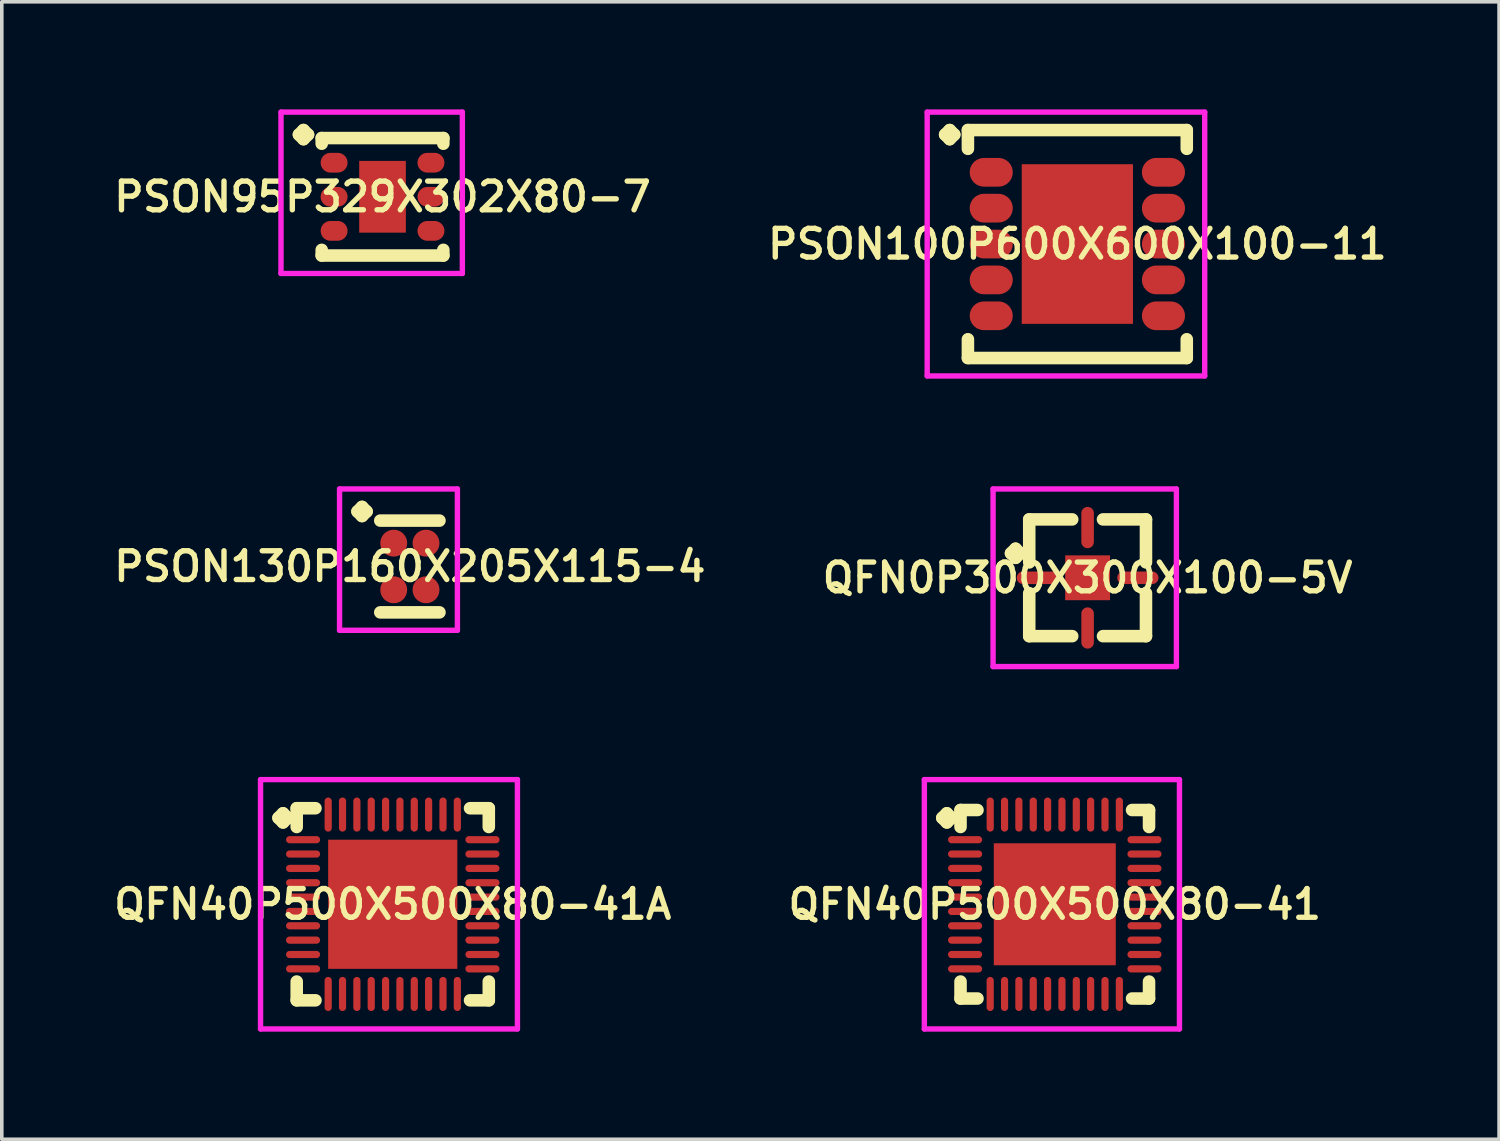
<source format=kicad_pcb>
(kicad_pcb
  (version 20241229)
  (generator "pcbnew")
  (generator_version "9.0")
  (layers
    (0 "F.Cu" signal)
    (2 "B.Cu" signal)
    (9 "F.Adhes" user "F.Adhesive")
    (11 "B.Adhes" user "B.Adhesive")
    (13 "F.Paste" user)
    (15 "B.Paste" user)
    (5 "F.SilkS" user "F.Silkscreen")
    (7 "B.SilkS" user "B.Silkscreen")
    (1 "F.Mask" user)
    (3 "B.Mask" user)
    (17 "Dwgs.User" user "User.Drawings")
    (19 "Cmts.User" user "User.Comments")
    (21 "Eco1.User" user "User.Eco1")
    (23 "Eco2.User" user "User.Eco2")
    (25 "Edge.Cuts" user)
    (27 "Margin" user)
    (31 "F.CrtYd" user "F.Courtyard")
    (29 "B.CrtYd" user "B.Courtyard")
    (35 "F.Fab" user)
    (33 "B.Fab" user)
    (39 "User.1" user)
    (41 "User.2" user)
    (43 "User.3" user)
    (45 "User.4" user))
  (footprint "PSON95P329X302X80-7"
    (layer "F.Cu")
    (at 7.612 2.435)
    (property "Reference" "PSON95P329X302X80-7" (at 0 0 0) (layer "F.SilkS") (effects (font (size 0.8 0.8) (thickness 0.15))))
    (attr smd)
    (fp_line (start -2.33 -1.733) (end -2.203 -1.86) (stroke (width 0.35) (type solid)) (layer "F.SilkS"))
    (fp_line (start -2.203 -1.86) (end -2.076 -1.733) (stroke (width 0.35) (type solid)) (layer "F.SilkS"))
    (fp_line (start -2.203 -1.606) (end -2.33 -1.733) (stroke (width 0.35) (type solid)) (layer "F.SilkS"))
    (fp_line (start -2.076 -1.733) (end -2.203 -1.606) (stroke (width 0.35) (type solid)) (layer "F.SilkS"))
    (fp_line (start -1.695 -1.637) (end 1.695 -1.637) (stroke (width 0.35) (type solid)) (layer "F.SilkS"))
    (fp_line (start -1.695 -1.479) (end -1.695 -1.637) (stroke (width 0.35) (type solid)) (layer "F.SilkS"))
    (fp_line (start -1.695 1.479) (end -1.695 1.637) (stroke (width 0.35) (type solid)) (layer "F.SilkS"))
    (fp_line (start -1.695 1.637) (end 1.695 1.637) (stroke (width 0.35) (type solid)) (layer "F.SilkS"))
    (fp_line (start 1.695 -1.637) (end 1.695 -1.479) (stroke (width 0.35) (type solid)) (layer "F.SilkS"))
    (fp_line (start 1.695 1.637) (end 1.695 1.479) (stroke (width 0.35) (type solid)) (layer "F.SilkS"))
    (fp_line (start -2.83 -2.36) (end 2.225 -2.36) (stroke (width 0.15) (type solid)) (layer "F.CrtYd"))
    (fp_line (start -2.83 2.137) (end -2.83 -2.36) (stroke (width 0.15) (type solid)) (layer "F.CrtYd"))
    (fp_line (start 2.225 -2.36) (end 2.225 2.137) (stroke (width 0.15) (type solid)) (layer "F.CrtYd"))
    (fp_line (start 2.225 2.137) (end -2.83 2.137) (stroke (width 0.15) (type solid)) (layer "F.CrtYd"))
    (pad "1" smd oval (at -1.35 -0.95) (size 0.75 0.55) (layers "F.Cu" "F.Mask" "F.Paste"))
    (pad "2" smd oval (at -1.35 0) (size 0.75 0.55) (layers "F.Cu" "F.Mask" "F.Paste"))
    (pad "3" smd oval (at -1.35 0.95) (size 0.75 0.55) (layers "F.Cu" "F.Mask" "F.Paste"))
    (pad "4" smd oval (at 1.35 0.95) (size 0.75 0.55) (layers "F.Cu" "F.Mask" "F.Paste"))
    (pad "5" smd oval (at 1.35 0) (size 0.75 0.55) (layers "F.Cu" "F.Mask" "F.Paste"))
    (pad "6" smd oval (at 1.35 -0.95) (size 0.75 0.55) (layers "F.Cu" "F.Mask" "F.Paste"))
    (pad "7" smd rect (at 0 0) (size 1.3 2) (layers "F.Cu" "F.Mask" "F.Paste")))
  (footprint "PSON130P160X205X115-4"
    (layer "F.Cu")
    (at 8.374 12.739)
    (property "Reference" "PSON130P160X205X115-4" (at 0 0 0) (layer "F.SilkS") (effects (font (size 0.8 0.8) (thickness 0.15))))
    (attr smd)
    (fp_line (start -1.46 -1.533) (end -1.333 -1.66) (stroke (width 0.35) (type solid)) (layer "F.SilkS"))
    (fp_line (start -1.333 -1.66) (end -1.206 -1.533) (stroke (width 0.35) (type solid)) (layer "F.SilkS"))
    (fp_line (start -1.333 -1.406) (end -1.46 -1.533) (stroke (width 0.35) (type solid)) (layer "F.SilkS"))
    (fp_line (start -1.206 -1.533) (end -1.333 -1.406) (stroke (width 0.35) (type solid)) (layer "F.SilkS"))
    (fp_line (start -0.825 -1.279) (end 0.825 -1.279) (stroke (width 0.35) (type solid)) (layer "F.SilkS"))
    (fp_line (start -0.825 1.279) (end 0.825 1.279) (stroke (width 0.35) (type solid)) (layer "F.SilkS"))
    (fp_line (start -1.96 -2.16) (end 1.325 -2.16) (stroke (width 0.15) (type solid)) (layer "F.CrtYd"))
    (fp_line (start -1.96 1.779) (end -1.96 -2.16) (stroke (width 0.15) (type solid)) (layer "F.CrtYd"))
    (fp_line (start 1.325 -2.16) (end 1.325 1.779) (stroke (width 0.15) (type solid)) (layer "F.CrtYd"))
    (fp_line (start 1.325 1.779) (end -1.96 1.779) (stroke (width 0.15) (type solid)) (layer "F.CrtYd"))
    (pad "1" smd oval (at -0.45 -0.65) (size 0.75 0.75) (layers "F.Cu" "F.Mask" "F.Paste"))
    (pad "2" smd oval (at -0.45 0.65) (size 0.75 0.75) (layers "F.Cu" "F.Mask" "F.Paste"))
    (pad "3" smd oval (at 0.45 0.65) (size 0.75 0.75) (layers "F.Cu" "F.Mask" "F.Paste"))
    (pad "4" smd oval (at 0.45 -0.65) (size 0.75 0.75) (layers "F.Cu" "F.Mask" "F.Paste")))
  (footprint "PSON100P600X600X100-11"
    (layer "F.Cu")
    (at 26.978 3.752)
    (property "Reference" "PSON100P600X600X100-11" (at 0 0 0) (layer "F.SilkS") (effects (font (size 0.8 0.8) (thickness 0.15))))
    (attr smd)
    (fp_line (start -3.685 -3.05) (end -3.558 -3.177) (stroke (width 0.35) (type solid)) (layer "F.SilkS"))
    (fp_line (start -3.558 -3.177) (end -3.431 -3.05) (stroke (width 0.35) (type solid)) (layer "F.SilkS"))
    (fp_line (start -3.558 -2.923) (end -3.685 -3.05) (stroke (width 0.35) (type solid)) (layer "F.SilkS"))
    (fp_line (start -3.431 -3.05) (end -3.558 -2.923) (stroke (width 0.35) (type solid)) (layer "F.SilkS"))
    (fp_line (start -3.05 -3.177) (end 3.05 -3.177) (stroke (width 0.35) (type solid)) (layer "F.SilkS"))
    (fp_line (start -3.05 -2.654) (end -3.05 -3.177) (stroke (width 0.35) (type solid)) (layer "F.SilkS"))
    (fp_line (start -3.05 2.654) (end -3.05 3.177) (stroke (width 0.35) (type solid)) (layer "F.SilkS"))
    (fp_line (start -3.05 3.177) (end 3.05 3.177) (stroke (width 0.35) (type solid)) (layer "F.SilkS"))
    (fp_line (start 3.05 -3.177) (end 3.05 -2.654) (stroke (width 0.35) (type solid)) (layer "F.SilkS"))
    (fp_line (start 3.05 3.177) (end 3.05 2.654) (stroke (width 0.35) (type solid)) (layer "F.SilkS"))
    (fp_line (start -4.185 -3.677) (end 3.55 -3.677) (stroke (width 0.15) (type solid)) (layer "F.CrtYd"))
    (fp_line (start -4.185 3.677) (end -4.185 -3.677) (stroke (width 0.15) (type solid)) (layer "F.CrtYd"))
    (fp_line (start 3.55 -3.677) (end 3.55 3.677) (stroke (width 0.15) (type solid)) (layer "F.CrtYd"))
    (fp_line (start 3.55 3.677) (end -4.185 3.677) (stroke (width 0.15) (type solid)) (layer "F.CrtYd"))
    (pad "1" smd oval (at -2.4 -2) (size 1.2 0.8) (layers "F.Cu" "F.Mask" "F.Paste"))
    (pad "2" smd oval (at -2.4 -1) (size 1.2 0.8) (layers "F.Cu" "F.Mask" "F.Paste"))
    (pad "3" smd oval (at -2.4 0) (size 1.2 0.8) (layers "F.Cu" "F.Mask" "F.Paste"))
    (pad "4" smd oval (at -2.4 1) (size 1.2 0.8) (layers "F.Cu" "F.Mask" "F.Paste"))
    (pad "5" smd oval (at -2.4 2) (size 1.2 0.8) (layers "F.Cu" "F.Mask" "F.Paste"))
    (pad "6" smd oval (at 2.4 2) (size 1.2 0.8) (layers "F.Cu" "F.Mask" "F.Paste"))
    (pad "7" smd oval (at 2.4 1) (size 1.2 0.8) (layers "F.Cu" "F.Mask" "F.Paste"))
    (pad "8" smd oval (at 2.4 0) (size 1.2 0.8) (layers "F.Cu" "F.Mask" "F.Paste"))
    (pad "9" smd oval (at 2.4 -1) (size 1.2 0.8) (layers "F.Cu" "F.Mask" "F.Paste"))
    (pad "10" smd oval (at 2.4 -2) (size 1.2 0.8) (layers "F.Cu" "F.Mask" "F.Paste"))
    (pad "11" smd rect (at 0 0) (size 3.1 4.45) (layers "F.Cu" "F.Mask" "F.Paste")))
  (footprint "QFN0P300X300X100-5V"
    (layer "F.Cu")
    (at 27.264 13.054)
    (property "Reference" "QFN0P300X300X100-5V" (at 0 0 0) (layer "F.SilkS") (effects (font (size 0.8 0.8) (thickness 0.15))))
    (attr smd)
    (fp_line (start -2.135 -0.683) (end -2.008 -0.81) (stroke (width 0.35) (type solid)) (layer "F.SilkS"))
    (fp_line (start -2.008 -0.81) (end -1.881 -0.683) (stroke (width 0.35) (type solid)) (layer "F.SilkS"))
    (fp_line (start -2.008 -0.556) (end -2.135 -0.683) (stroke (width 0.35) (type solid)) (layer "F.SilkS"))
    (fp_line (start -1.881 -0.683) (end -2.008 -0.556) (stroke (width 0.35) (type solid)) (layer "F.SilkS"))
    (fp_line (start -1.627 -1.627) (end -0.429 -1.627) (stroke (width 0.35) (type solid)) (layer "F.SilkS"))
    (fp_line (start -1.627 -0.429) (end -1.627 -1.627) (stroke (width 0.35) (type solid)) (layer "F.SilkS"))
    (fp_line (start -1.627 0.429) (end -1.627 1.627) (stroke (width 0.35) (type solid)) (layer "F.SilkS"))
    (fp_line (start -1.627 1.627) (end -0.429 1.627) (stroke (width 0.35) (type solid)) (layer "F.SilkS"))
    (fp_line (start 0.429 -1.627) (end 1.627 -1.627) (stroke (width 0.35) (type solid)) (layer "F.SilkS"))
    (fp_line (start 0.429 1.627) (end 1.627 1.627) (stroke (width 0.35) (type solid)) (layer "F.SilkS"))
    (fp_line (start 1.627 -1.627) (end 1.627 -0.429) (stroke (width 0.35) (type solid)) (layer "F.SilkS"))
    (fp_line (start 1.627 1.627) (end 1.627 0.429) (stroke (width 0.35) (type solid)) (layer "F.SilkS"))
    (fp_line (start -2.635 -2.475) (end 2.475 -2.475) (stroke (width 0.15) (type solid)) (layer "F.CrtYd"))
    (fp_line (start -2.635 2.475) (end -2.635 -2.475) (stroke (width 0.15) (type solid)) (layer "F.CrtYd"))
    (fp_line (start 2.475 -2.475) (end 2.475 2.475) (stroke (width 0.15) (type solid)) (layer "F.CrtYd"))
    (fp_line (start 2.475 2.475) (end -2.635 2.475) (stroke (width 0.15) (type solid)) (layer "F.CrtYd"))
    (pad "1" smd oval (at -1.4 0) (size 1.15 0.35) (layers "F.Cu" "F.Mask" "F.Paste"))
    (pad "2" smd oval (at 0 1.4) (size 0.35 1.15) (layers "F.Cu" "F.Mask" "F.Paste"))
    (pad "3" smd oval (at 1.4 0) (size 1.15 0.35) (layers "F.Cu" "F.Mask" "F.Paste"))
    (pad "4" smd oval (at 0 -1.4) (size 0.35 1.15) (layers "F.Cu" "F.Mask" "F.Paste"))
    (pad "5" smd rect (at 0 0) (size 1.25 1.25) (layers "F.Cu" "F.Mask" "F.Paste")))
  (footprint "QFN40P500X500X80-41"
    (layer "F.Cu")
    (at 26.349 22.154)
    (property "Reference" "QFN40P500X500X80-41" (at 0 0 0) (layer "F.SilkS") (effects (font (size 0.8 0.8) (thickness 0.15))))
    (attr smd)
    (fp_line (start -3.135 -2.408) (end -3.008 -2.535) (stroke (width 0.35) (type solid)) (layer "F.SilkS"))
    (fp_line (start -3.008 -2.535) (end -2.881 -2.408) (stroke (width 0.35) (type solid)) (layer "F.SilkS"))
    (fp_line (start -3.008 -2.281) (end -3.135 -2.408) (stroke (width 0.35) (type solid)) (layer "F.SilkS"))
    (fp_line (start -2.881 -2.408) (end -3.008 -2.281) (stroke (width 0.35) (type solid)) (layer "F.SilkS"))
    (fp_line (start -2.627 -2.627) (end -2.154 -2.627) (stroke (width 0.35) (type solid)) (layer "F.SilkS"))
    (fp_line (start -2.627 -2.154) (end -2.627 -2.627) (stroke (width 0.35) (type solid)) (layer "F.SilkS"))
    (fp_line (start -2.627 2.154) (end -2.627 2.627) (stroke (width 0.35) (type solid)) (layer "F.SilkS"))
    (fp_line (start -2.627 2.627) (end -2.154 2.627) (stroke (width 0.35) (type solid)) (layer "F.SilkS"))
    (fp_line (start 2.154 -2.627) (end 2.627 -2.627) (stroke (width 0.35) (type solid)) (layer "F.SilkS"))
    (fp_line (start 2.154 2.627) (end 2.627 2.627) (stroke (width 0.35) (type solid)) (layer "F.SilkS"))
    (fp_line (start 2.627 -2.627) (end 2.627 -2.154) (stroke (width 0.35) (type solid)) (layer "F.SilkS"))
    (fp_line (start 2.627 2.627) (end 2.627 2.154) (stroke (width 0.35) (type solid)) (layer "F.SilkS"))
    (fp_line (start -3.635 -3.475) (end 3.475 -3.475) (stroke (width 0.15) (type solid)) (layer "F.CrtYd"))
    (fp_line (start -3.635 3.475) (end -3.635 -3.475) (stroke (width 0.15) (type solid)) (layer "F.CrtYd"))
    (fp_line (start 3.475 -3.475) (end 3.475 3.475) (stroke (width 0.15) (type solid)) (layer "F.CrtYd"))
    (fp_line (start 3.475 3.475) (end -3.635 3.475) (stroke (width 0.15) (type solid)) (layer "F.CrtYd"))
    (pad "1" smd oval (at -2.5 -1.8) (size 0.95 0.2) (layers "F.Cu" "F.Mask" "F.Paste"))
    (pad "2" smd oval (at -2.5 -1.4) (size 0.95 0.2) (layers "F.Cu" "F.Mask" "F.Paste"))
    (pad "3" smd oval (at -2.5 -1) (size 0.95 0.2) (layers "F.Cu" "F.Mask" "F.Paste"))
    (pad "4" smd oval (at -2.5 -0.6) (size 0.95 0.2) (layers "F.Cu" "F.Mask" "F.Paste"))
    (pad "5" smd oval (at -2.5 -0.2) (size 0.95 0.2) (layers "F.Cu" "F.Mask" "F.Paste"))
    (pad "6" smd oval (at -2.5 0.2) (size 0.95 0.2) (layers "F.Cu" "F.Mask" "F.Paste"))
    (pad "7" smd oval (at -2.5 0.6) (size 0.95 0.2) (layers "F.Cu" "F.Mask" "F.Paste"))
    (pad "8" smd oval (at -2.5 1) (size 0.95 0.2) (layers "F.Cu" "F.Mask" "F.Paste"))
    (pad "9" smd oval (at -2.5 1.4) (size 0.95 0.2) (layers "F.Cu" "F.Mask" "F.Paste"))
    (pad "10" smd oval (at -2.5 1.8) (size 0.95 0.2) (layers "F.Cu" "F.Mask" "F.Paste"))
    (pad "11" smd oval (at -1.8 2.5) (size 0.2 0.95) (layers "F.Cu" "F.Mask" "F.Paste"))
    (pad "12" smd oval (at -1.4 2.5) (size 0.2 0.95) (layers "F.Cu" "F.Mask" "F.Paste"))
    (pad "13" smd oval (at -1 2.5) (size 0.2 0.95) (layers "F.Cu" "F.Mask" "F.Paste"))
    (pad "14" smd oval (at -0.6 2.5) (size 0.2 0.95) (layers "F.Cu" "F.Mask" "F.Paste"))
    (pad "15" smd oval (at -0.2 2.5) (size 0.2 0.95) (layers "F.Cu" "F.Mask" "F.Paste"))
    (pad "16" smd oval (at 0.2 2.5) (size 0.2 0.95) (layers "F.Cu" "F.Mask" "F.Paste"))
    (pad "17" smd oval (at 0.6 2.5) (size 0.2 0.95) (layers "F.Cu" "F.Mask" "F.Paste"))
    (pad "18" smd oval (at 1 2.5) (size 0.2 0.95) (layers "F.Cu" "F.Mask" "F.Paste"))
    (pad "19" smd oval (at 1.4 2.5) (size 0.2 0.95) (layers "F.Cu" "F.Mask" "F.Paste"))
    (pad "20" smd oval (at 1.8 2.5) (size 0.2 0.95) (layers "F.Cu" "F.Mask" "F.Paste"))
    (pad "21" smd oval (at 2.5 1.8) (size 0.95 0.2) (layers "F.Cu" "F.Mask" "F.Paste"))
    (pad "22" smd oval (at 2.5 1.4) (size 0.95 0.2) (layers "F.Cu" "F.Mask" "F.Paste"))
    (pad "23" smd oval (at 2.5 1) (size 0.95 0.2) (layers "F.Cu" "F.Mask" "F.Paste"))
    (pad "24" smd oval (at 2.5 0.6) (size 0.95 0.2) (layers "F.Cu" "F.Mask" "F.Paste"))
    (pad "25" smd oval (at 2.5 0.2) (size 0.95 0.2) (layers "F.Cu" "F.Mask" "F.Paste"))
    (pad "26" smd oval (at 2.5 -0.2) (size 0.95 0.2) (layers "F.Cu" "F.Mask" "F.Paste"))
    (pad "27" smd oval (at 2.5 -0.6) (size 0.95 0.2) (layers "F.Cu" "F.Mask" "F.Paste"))
    (pad "28" smd oval (at 2.5 -1) (size 0.95 0.2) (layers "F.Cu" "F.Mask" "F.Paste"))
    (pad "29" smd oval (at 2.5 -1.4) (size 0.95 0.2) (layers "F.Cu" "F.Mask" "F.Paste"))
    (pad "30" smd oval (at 2.5 -1.8) (size 0.95 0.2) (layers "F.Cu" "F.Mask" "F.Paste"))
    (pad "31" smd oval (at 1.8 -2.5) (size 0.2 0.95) (layers "F.Cu" "F.Mask" "F.Paste"))
    (pad "32" smd oval (at 1.4 -2.5) (size 0.2 0.95) (layers "F.Cu" "F.Mask" "F.Paste"))
    (pad "33" smd oval (at 1 -2.5) (size 0.2 0.95) (layers "F.Cu" "F.Mask" "F.Paste"))
    (pad "34" smd oval (at 0.6 -2.5) (size 0.2 0.95) (layers "F.Cu" "F.Mask" "F.Paste"))
    (pad "35" smd oval (at 0.2 -2.5) (size 0.2 0.95) (layers "F.Cu" "F.Mask" "F.Paste"))
    (pad "36" smd oval (at -0.2 -2.5) (size 0.2 0.95) (layers "F.Cu" "F.Mask" "F.Paste"))
    (pad "37" smd oval (at -0.6 -2.5) (size 0.2 0.95) (layers "F.Cu" "F.Mask" "F.Paste"))
    (pad "38" smd oval (at -1 -2.5) (size 0.2 0.95) (layers "F.Cu" "F.Mask" "F.Paste"))
    (pad "39" smd oval (at -1.4 -2.5) (size 0.2 0.95) (layers "F.Cu" "F.Mask" "F.Paste"))
    (pad "40" smd oval (at -1.8 -2.5) (size 0.2 0.95) (layers "F.Cu" "F.Mask" "F.Paste"))
    (pad "41" smd rect (at 0 0) (size 3.4 3.4) (layers "F.Cu" "F.Mask" "F.Paste")))
  (footprint "QFN40P500X500X80-41A"
    (layer "F.Cu")
    (at 7.897 22.154)
    (property "Reference" "QFN40P500X500X80-41A" (at 0 0 0) (layer "F.SilkS") (effects (font (size 0.8 0.8) (thickness 0.15))))
    (attr smd)
    (fp_line (start -3.185 -2.408) (end -3.058 -2.535) (stroke (width 0.35) (type solid)) (layer "F.SilkS"))
    (fp_line (start -3.058 -2.535) (end -2.931 -2.408) (stroke (width 0.35) (type solid)) (layer "F.SilkS"))
    (fp_line (start -3.058 -2.281) (end -3.185 -2.408) (stroke (width 0.35) (type solid)) (layer "F.SilkS"))
    (fp_line (start -2.931 -2.408) (end -3.058 -2.281) (stroke (width 0.35) (type solid)) (layer "F.SilkS"))
    (fp_line (start -2.677 -2.677) (end -2.154 -2.677) (stroke (width 0.35) (type solid)) (layer "F.SilkS"))
    (fp_line (start -2.677 -2.154) (end -2.677 -2.677) (stroke (width 0.35) (type solid)) (layer "F.SilkS"))
    (fp_line (start -2.677 2.154) (end -2.677 2.677) (stroke (width 0.35) (type solid)) (layer "F.SilkS"))
    (fp_line (start -2.677 2.677) (end -2.154 2.677) (stroke (width 0.35) (type solid)) (layer "F.SilkS"))
    (fp_line (start 2.154 -2.677) (end 2.677 -2.677) (stroke (width 0.35) (type solid)) (layer "F.SilkS"))
    (fp_line (start 2.154 2.677) (end 2.677 2.677) (stroke (width 0.35) (type solid)) (layer "F.SilkS"))
    (fp_line (start 2.677 -2.677) (end 2.677 -2.154) (stroke (width 0.35) (type solid)) (layer "F.SilkS"))
    (fp_line (start 2.677 2.677) (end 2.677 2.154) (stroke (width 0.35) (type solid)) (layer "F.SilkS"))
    (fp_line (start -3.685 -3.475) (end 3.475 -3.475) (stroke (width 0.15) (type solid)) (layer "F.CrtYd"))
    (fp_line (start -3.685 3.475) (end -3.685 -3.475) (stroke (width 0.15) (type solid)) (layer "F.CrtYd"))
    (fp_line (start 3.475 -3.475) (end 3.475 3.475) (stroke (width 0.15) (type solid)) (layer "F.CrtYd"))
    (fp_line (start 3.475 3.475) (end -3.685 3.475) (stroke (width 0.15) (type solid)) (layer "F.CrtYd"))
    (pad "1" smd oval (at -2.5 -1.8) (size 0.95 0.2) (layers "F.Cu" "F.Mask" "F.Paste"))
    (pad "2" smd oval (at -2.5 -1.4) (size 0.95 0.2) (layers "F.Cu" "F.Mask" "F.Paste"))
    (pad "3" smd oval (at -2.5 -1) (size 0.95 0.2) (layers "F.Cu" "F.Mask" "F.Paste"))
    (pad "4" smd oval (at -2.5 -0.6) (size 0.95 0.2) (layers "F.Cu" "F.Mask" "F.Paste"))
    (pad "5" smd oval (at -2.5 -0.2) (size 0.95 0.2) (layers "F.Cu" "F.Mask" "F.Paste"))
    (pad "6" smd oval (at -2.5 0.2) (size 0.95 0.2) (layers "F.Cu" "F.Mask" "F.Paste"))
    (pad "7" smd oval (at -2.5 0.6) (size 0.95 0.2) (layers "F.Cu" "F.Mask" "F.Paste"))
    (pad "8" smd oval (at -2.5 1) (size 0.95 0.2) (layers "F.Cu" "F.Mask" "F.Paste"))
    (pad "9" smd oval (at -2.5 1.4) (size 0.95 0.2) (layers "F.Cu" "F.Mask" "F.Paste"))
    (pad "10" smd oval (at -2.5 1.8) (size 0.95 0.2) (layers "F.Cu" "F.Mask" "F.Paste"))
    (pad "11" smd oval (at -1.8 2.5) (size 0.2 0.95) (layers "F.Cu" "F.Mask" "F.Paste"))
    (pad "12" smd oval (at -1.4 2.5) (size 0.2 0.95) (layers "F.Cu" "F.Mask" "F.Paste"))
    (pad "13" smd oval (at -1 2.5) (size 0.2 0.95) (layers "F.Cu" "F.Mask" "F.Paste"))
    (pad "14" smd oval (at -0.6 2.5) (size 0.2 0.95) (layers "F.Cu" "F.Mask" "F.Paste"))
    (pad "15" smd oval (at -0.2 2.5) (size 0.2 0.95) (layers "F.Cu" "F.Mask" "F.Paste"))
    (pad "16" smd oval (at 0.2 2.5) (size 0.2 0.95) (layers "F.Cu" "F.Mask" "F.Paste"))
    (pad "17" smd oval (at 0.6 2.5) (size 0.2 0.95) (layers "F.Cu" "F.Mask" "F.Paste"))
    (pad "18" smd oval (at 1 2.5) (size 0.2 0.95) (layers "F.Cu" "F.Mask" "F.Paste"))
    (pad "19" smd oval (at 1.4 2.5) (size 0.2 0.95) (layers "F.Cu" "F.Mask" "F.Paste"))
    (pad "20" smd oval (at 1.8 2.5) (size 0.2 0.95) (layers "F.Cu" "F.Mask" "F.Paste"))
    (pad "21" smd oval (at 2.5 1.8) (size 0.95 0.2) (layers "F.Cu" "F.Mask" "F.Paste"))
    (pad "22" smd oval (at 2.5 1.4) (size 0.95 0.2) (layers "F.Cu" "F.Mask" "F.Paste"))
    (pad "23" smd oval (at 2.5 1) (size 0.95 0.2) (layers "F.Cu" "F.Mask" "F.Paste"))
    (pad "24" smd oval (at 2.5 0.6) (size 0.95 0.2) (layers "F.Cu" "F.Mask" "F.Paste"))
    (pad "25" smd oval (at 2.5 0.2) (size 0.95 0.2) (layers "F.Cu" "F.Mask" "F.Paste"))
    (pad "26" smd oval (at 2.5 -0.2) (size 0.95 0.2) (layers "F.Cu" "F.Mask" "F.Paste"))
    (pad "27" smd oval (at 2.5 -0.6) (size 0.95 0.2) (layers "F.Cu" "F.Mask" "F.Paste"))
    (pad "28" smd oval (at 2.5 -1) (size 0.95 0.2) (layers "F.Cu" "F.Mask" "F.Paste"))
    (pad "29" smd oval (at 2.5 -1.4) (size 0.95 0.2) (layers "F.Cu" "F.Mask" "F.Paste"))
    (pad "30" smd oval (at 2.5 -1.8) (size 0.95 0.2) (layers "F.Cu" "F.Mask" "F.Paste"))
    (pad "31" smd oval (at 1.8 -2.5) (size 0.2 0.95) (layers "F.Cu" "F.Mask" "F.Paste"))
    (pad "32" smd oval (at 1.4 -2.5) (size 0.2 0.95) (layers "F.Cu" "F.Mask" "F.Paste"))
    (pad "33" smd oval (at 1 -2.5) (size 0.2 0.95) (layers "F.Cu" "F.Mask" "F.Paste"))
    (pad "34" smd oval (at 0.6 -2.5) (size 0.2 0.95) (layers "F.Cu" "F.Mask" "F.Paste"))
    (pad "35" smd oval (at 0.2 -2.5) (size 0.2 0.95) (layers "F.Cu" "F.Mask" "F.Paste"))
    (pad "36" smd oval (at -0.2 -2.5) (size 0.2 0.95) (layers "F.Cu" "F.Mask" "F.Paste"))
    (pad "37" smd oval (at -0.6 -2.5) (size 0.2 0.95) (layers "F.Cu" "F.Mask" "F.Paste"))
    (pad "38" smd oval (at -1 -2.5) (size 0.2 0.95) (layers "F.Cu" "F.Mask" "F.Paste"))
    (pad "39" smd oval (at -1.4 -2.5) (size 0.2 0.95) (layers "F.Cu" "F.Mask" "F.Paste"))
    (pad "40" smd oval (at -1.8 -2.5) (size 0.2 0.95) (layers "F.Cu" "F.Mask" "F.Paste"))
    (pad "41" smd rect (at 0 0) (size 3.6 3.6) (layers "F.Cu" "F.Mask" "F.Paste")))
  (gr_rect
    (start -3 -3)
    (end 38.732 28.704)
    (stroke (width 0.1) (type default))
    (fill no)
    (layer "Edge.Cuts")))
</source>
